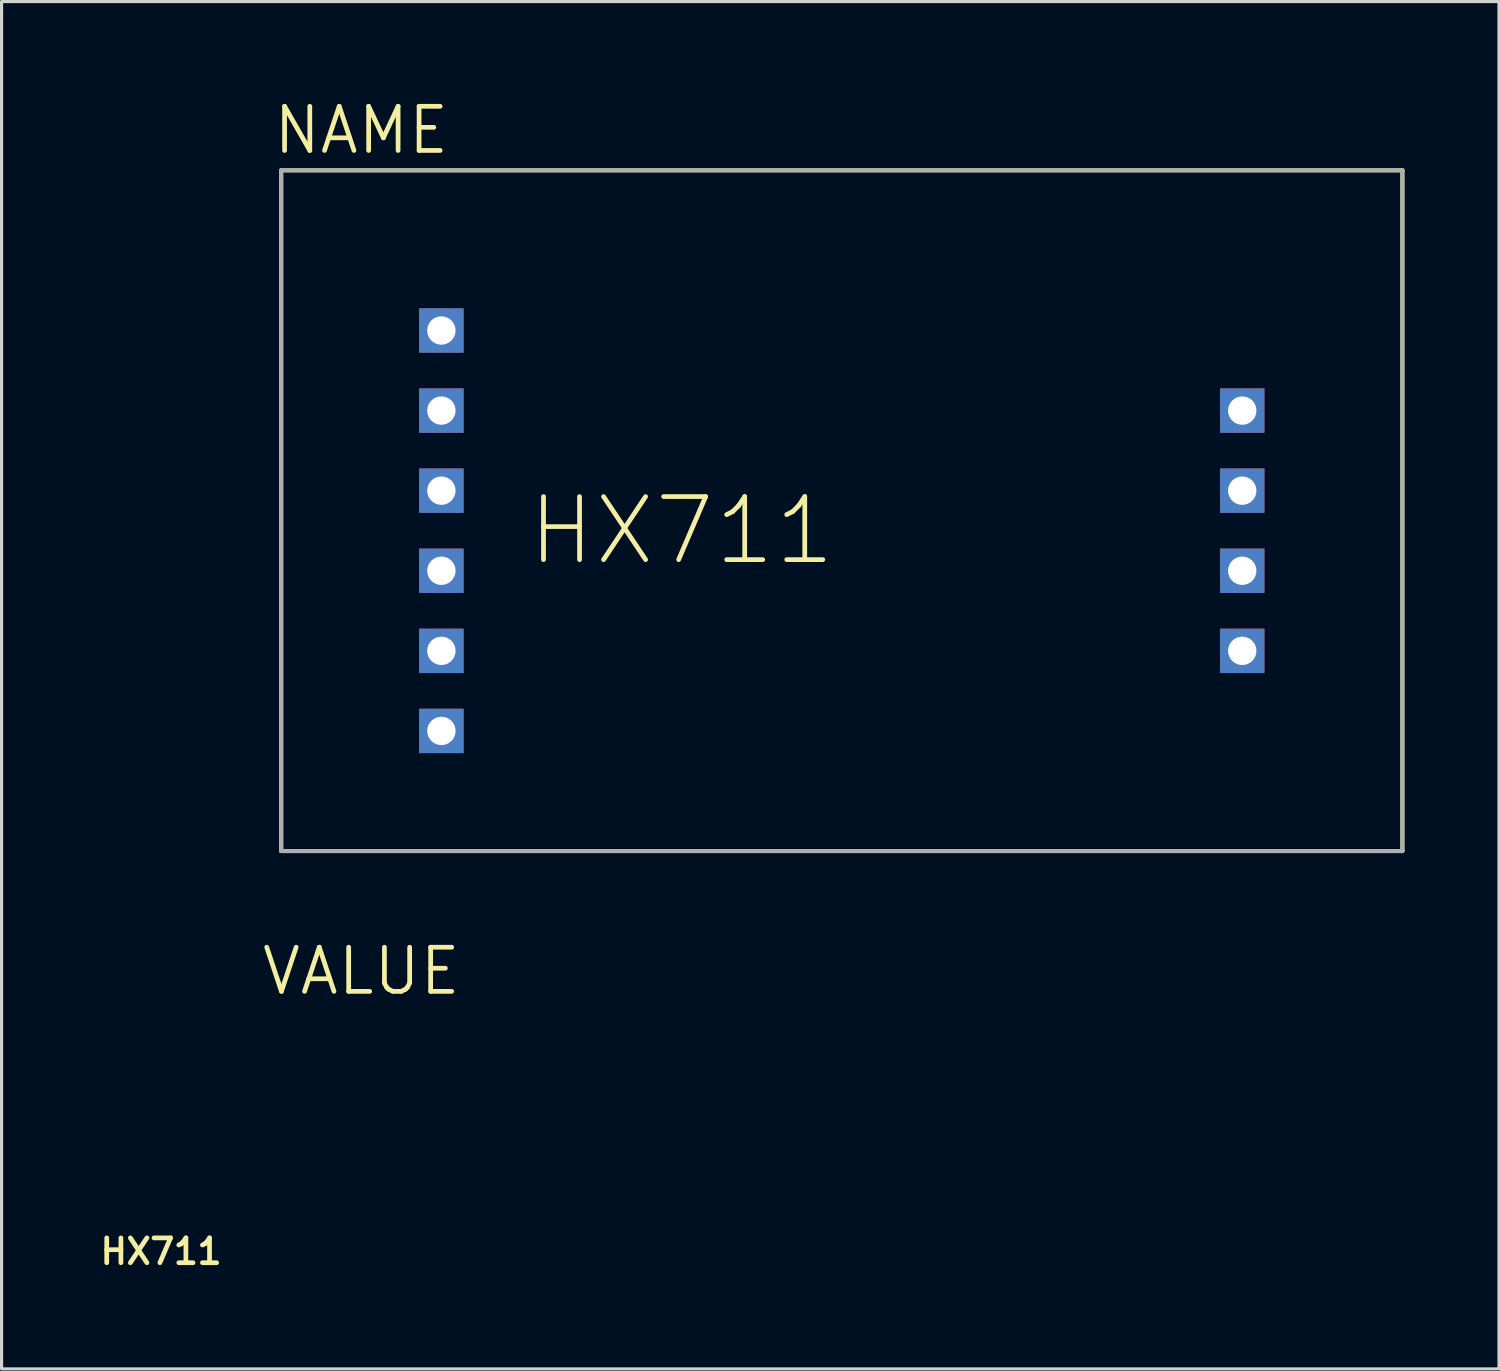
<source format=kicad_pcb>
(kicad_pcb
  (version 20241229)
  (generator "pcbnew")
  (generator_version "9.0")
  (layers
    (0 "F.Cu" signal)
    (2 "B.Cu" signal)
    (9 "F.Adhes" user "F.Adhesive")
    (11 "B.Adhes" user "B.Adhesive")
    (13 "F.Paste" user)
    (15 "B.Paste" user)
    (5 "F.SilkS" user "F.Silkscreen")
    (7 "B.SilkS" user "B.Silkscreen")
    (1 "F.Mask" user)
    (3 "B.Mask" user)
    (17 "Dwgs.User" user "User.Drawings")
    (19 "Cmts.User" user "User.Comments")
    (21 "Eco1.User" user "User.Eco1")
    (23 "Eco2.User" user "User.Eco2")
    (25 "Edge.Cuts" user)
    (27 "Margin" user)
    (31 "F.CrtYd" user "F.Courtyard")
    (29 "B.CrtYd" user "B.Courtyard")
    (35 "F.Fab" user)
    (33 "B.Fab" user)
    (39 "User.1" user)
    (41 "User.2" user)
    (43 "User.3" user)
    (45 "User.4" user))
  (footprint "HX711"
    (layer "F.Cu")
    (at 2.059 36.642)
    (property "Reference" "HX711" (at 0 0 0) (layer "F.SilkS") (effects (font (size 0.787 0.787) (thickness 0.15))))
    (attr through_hole)
    (fp_line (start 3.81 -34.29) (end 39.37 -34.29) (stroke (width 0.127) (type solid)) (layer "F.SilkS"))
    (fp_line (start 3.81 -12.7) (end 3.81 -34.29) (stroke (width 0.127) (type solid)) (layer "F.SilkS"))
    (fp_line (start 39.37 -34.29) (end 39.37 -12.7) (stroke (width 0.127) (type solid)) (layer "F.SilkS"))
    (fp_line (start 39.37 -12.7) (end 3.81 -12.7) (stroke (width 0.127) (type solid)) (layer "F.SilkS"))
    (fp_line (start 3.81 -34.29) (end 39.37 -34.29) (stroke (width 0.127) (type solid)) (layer "F.Fab"))
    (fp_line (start 3.81 -12.7) (end 3.81 -34.29) (stroke (width 0.127) (type solid)) (layer "F.Fab"))
    (fp_line (start 39.37 -34.29) (end 39.37 -12.7) (stroke (width 0.127) (type solid)) (layer "F.Fab"))
    (fp_line (start 39.37 -12.7) (end 3.81 -12.7) (stroke (width 0.127) (type solid)) (layer "F.Fab"))
    (fp_text user "HX711" (at 16.51 -22.86 0) (layer "F.SilkS") (effects (font (size 2 2) (thickness 0.15))))
    (fp_text user "VALUE" (at 6.35 -8.89 0) (layer "F.SilkS") (effects (font (size 1.4 1.4) (thickness 0.15))))
    (fp_text user "NAME" (at 6.35 -35.56 0) (layer "F.SilkS") (effects (font (size 1.4 1.4) (thickness 0.15))))
    (pad "A+" thru_hole rect (at 8.89 -21.59) (size 1.408 1.408) (drill 0.9) (layers "*.Cu" "*.Mask"))
    (pad "A-" thru_hole rect (at 8.89 -24.13) (size 1.408 1.408) (drill 0.9) (layers "*.Cu" "*.Mask"))
    (pad "B+" thru_hole rect (at 8.89 -16.51) (size 1.408 1.408) (drill 0.9) (layers "*.Cu" "*.Mask"))
    (pad "B-" thru_hole rect (at 8.89 -19.05) (size 1.408 1.408) (drill 0.9) (layers "*.Cu" "*.Mask"))
    (pad "DT" thru_hole rect (at 34.29 -24.13) (size 1.408 1.408) (drill 0.9) (layers "*.Cu" "*.Mask"))
    (pad "E+" thru_hole rect (at 8.89 -29.21) (size 1.408 1.408) (drill 0.9) (layers "*.Cu" "*.Mask"))
    (pad "E-" thru_hole rect (at 8.89 -26.67) (size 1.408 1.408) (drill 0.9) (layers "*.Cu" "*.Mask"))
    (pad "GND" thru_hole rect (at 34.29 -26.67) (size 1.408 1.408) (drill 0.9) (layers "*.Cu" "*.Mask"))
    (pad "SCK" thru_hole rect (at 34.29 -21.59) (size 1.408 1.408) (drill 0.9) (layers "*.Cu" "*.Mask"))
    (pad "VCC" thru_hole rect (at 34.29 -19.05) (size 1.408 1.408) (drill 0.9) (layers "*.Cu" "*.Mask")))
  (gr_rect
    (start -3 -3)
    (end 44.492 40.366)
    (stroke (width 0.1) (type default))
    (fill no)
    (layer "Edge.Cuts")))
</source>
